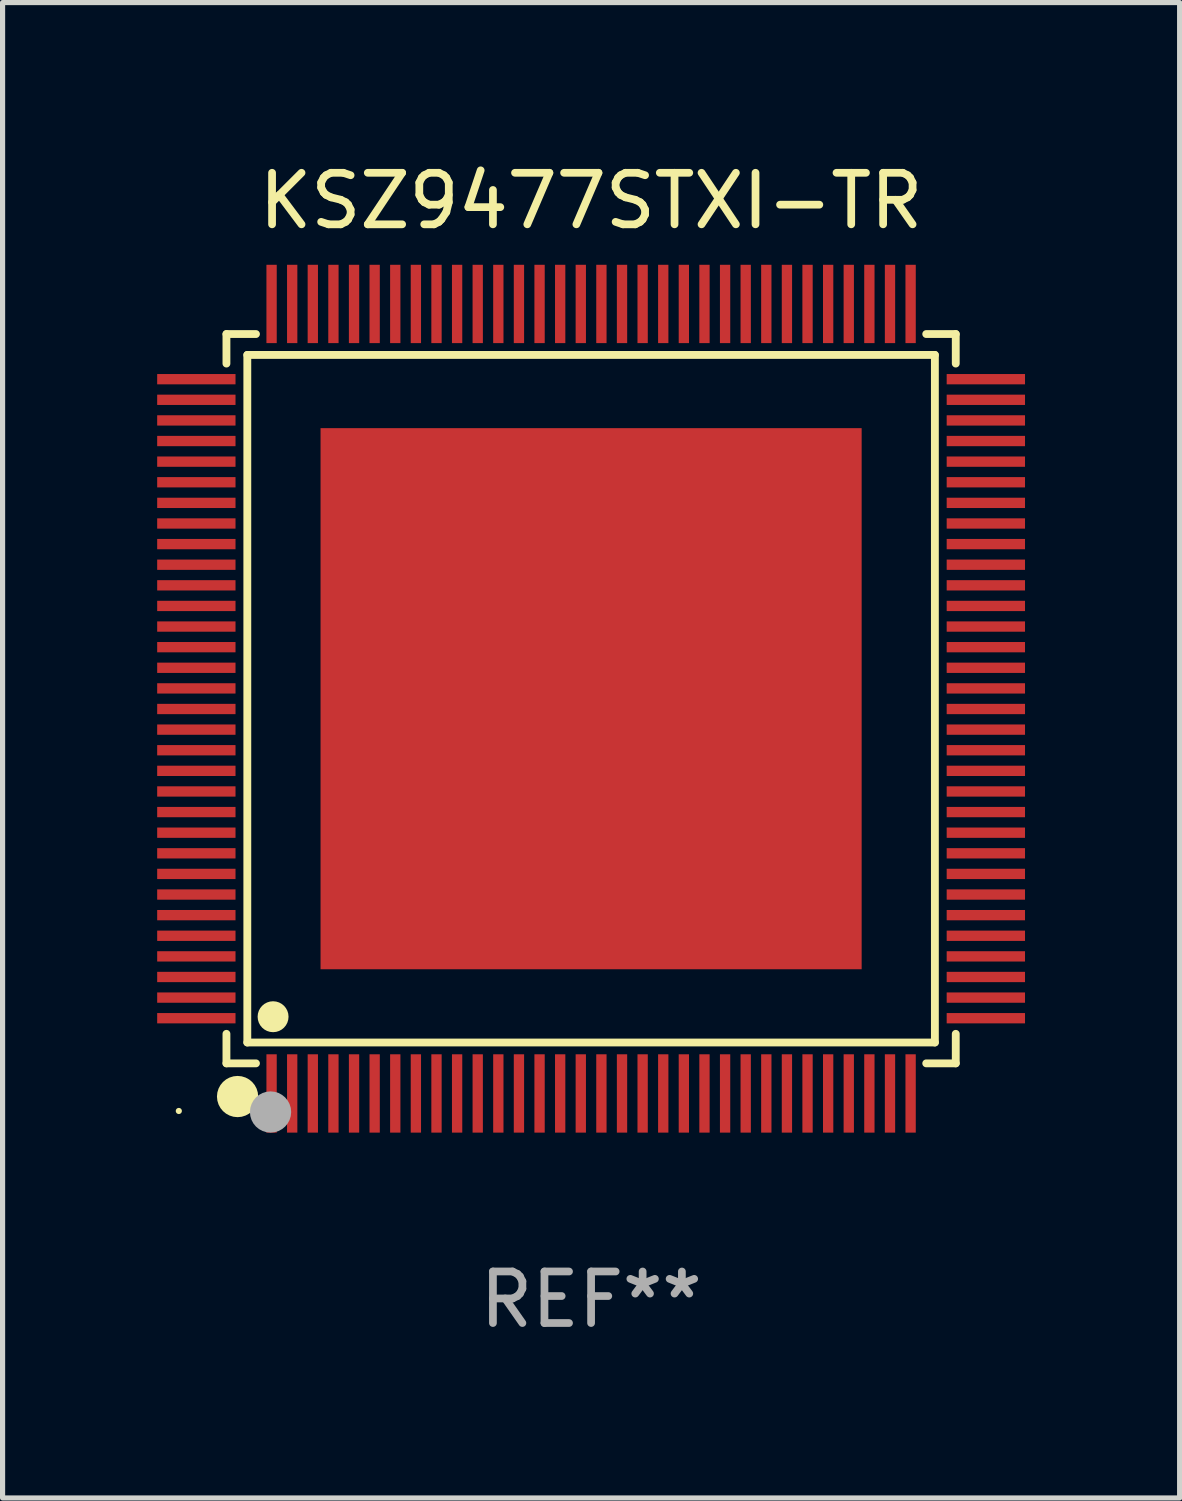
<source format=kicad_pcb>
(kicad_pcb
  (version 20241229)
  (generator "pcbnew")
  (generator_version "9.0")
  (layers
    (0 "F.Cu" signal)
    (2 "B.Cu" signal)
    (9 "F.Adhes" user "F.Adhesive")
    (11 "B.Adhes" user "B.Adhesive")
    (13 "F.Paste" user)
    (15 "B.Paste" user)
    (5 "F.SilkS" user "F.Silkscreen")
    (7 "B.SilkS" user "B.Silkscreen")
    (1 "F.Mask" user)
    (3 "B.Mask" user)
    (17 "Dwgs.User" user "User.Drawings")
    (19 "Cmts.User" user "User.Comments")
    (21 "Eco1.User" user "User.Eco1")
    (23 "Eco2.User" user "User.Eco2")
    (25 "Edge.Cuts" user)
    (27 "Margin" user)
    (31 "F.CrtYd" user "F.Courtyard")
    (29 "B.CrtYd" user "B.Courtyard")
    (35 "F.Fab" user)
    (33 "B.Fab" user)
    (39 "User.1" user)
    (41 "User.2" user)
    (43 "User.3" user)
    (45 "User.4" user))
  (footprint "KSZ9477STXI-TR"
    (layer "F.Cu")
    (at 8.42 10.508)
    (property "Reference" "KSZ9477STXI-TR" (at 0 -9.66 0) (layer "F.SilkS") (effects (font (size 1 1) (thickness 0.15))))
    (attr through_hole)
    (fp_line (start -7.076 -7.076) (end -6.503 -7.076) (stroke (width 0.152) (type solid)) (layer "F.SilkS"))
    (fp_line (start -7.076 -6.503) (end -7.076 -7.076) (stroke (width 0.152) (type solid)) (layer "F.SilkS"))
    (fp_line (start -7.076 6.503) (end -7.076 7.076) (stroke (width 0.152) (type solid)) (layer "F.SilkS"))
    (fp_line (start -7.076 7.076) (end -6.503 7.076) (stroke (width 0.152) (type solid)) (layer "F.SilkS"))
    (fp_line (start -6.671 -6.671) (end 6.671 -6.671) (stroke (width 0.152) (type solid)) (layer "F.SilkS"))
    (fp_line (start -6.671 6.671) (end -6.671 -6.671) (stroke (width 0.152) (type solid)) (layer "F.SilkS"))
    (fp_line (start 6.671 -6.671) (end 6.671 6.671) (stroke (width 0.152) (type solid)) (layer "F.SilkS"))
    (fp_line (start 6.671 6.671) (end -6.671 6.671) (stroke (width 0.152) (type solid)) (layer "F.SilkS"))
    (fp_line (start 7.076 -7.076) (end 6.503 -7.076) (stroke (width 0.152) (type solid)) (layer "F.SilkS"))
    (fp_line (start 7.076 -6.503) (end 7.076 -7.076) (stroke (width 0.152) (type solid)) (layer "F.SilkS"))
    (fp_line (start 7.076 6.503) (end 7.076 7.076) (stroke (width 0.152) (type solid)) (layer "F.SilkS"))
    (fp_line (start 7.076 7.076) (end 6.503 7.076) (stroke (width 0.152) (type solid)) (layer "F.SilkS"))
    (fp_circle (center -8 8) (end -7.97 8) (stroke (width 0.06) (type solid)) (fill no) (layer "F.SilkS"))
    (fp_circle (center -6.86 7.72) (end -6.66 7.72) (stroke (width 0.4) (type solid)) (fill no) (layer "F.SilkS"))
    (fp_circle (center -6.171 6.171) (end -6.021 6.171) (stroke (width 0.3) (type solid)) (fill no) (layer "F.SilkS"))
    (fp_circle (center -6.22 8.02) (end -6.02 8.02) (stroke (width 0.4) (type solid)) (fill no) (layer "F.Fab"))
    (fp_text user "REF**" (at 0 11.66 0) (layer "F.Fab") (effects (font (size 1 1) (thickness 0.15))))
    (pad "1" smd rect (at -6.2 7.66) (size 0.2 1.52) (layers "F.Cu" "F.Mask" "F.Paste"))
    (pad "2" smd rect (at -5.8 7.66) (size 0.2 1.52) (layers "F.Cu" "F.Mask" "F.Paste"))
    (pad "3" smd rect (at -5.4 7.66) (size 0.2 1.52) (layers "F.Cu" "F.Mask" "F.Paste"))
    (pad "4" smd rect (at -5 7.66) (size 0.2 1.52) (layers "F.Cu" "F.Mask" "F.Paste"))
    (pad "5" smd rect (at -4.6 7.66) (size 0.2 1.52) (layers "F.Cu" "F.Mask" "F.Paste"))
    (pad "6" smd rect (at -4.2 7.66) (size 0.2 1.52) (layers "F.Cu" "F.Mask" "F.Paste"))
    (pad "7" smd rect (at -3.8 7.66) (size 0.2 1.52) (layers "F.Cu" "F.Mask" "F.Paste"))
    (pad "8" smd rect (at -3.4 7.66) (size 0.2 1.52) (layers "F.Cu" "F.Mask" "F.Paste"))
    (pad "9" smd rect (at -3 7.66) (size 0.2 1.52) (layers "F.Cu" "F.Mask" "F.Paste"))
    (pad "10" smd rect (at -2.6 7.66) (size 0.2 1.52) (layers "F.Cu" "F.Mask" "F.Paste"))
    (pad "11" smd rect (at -2.2 7.66) (size 0.2 1.52) (layers "F.Cu" "F.Mask" "F.Paste"))
    (pad "12" smd rect (at -1.8 7.66) (size 0.2 1.52) (layers "F.Cu" "F.Mask" "F.Paste"))
    (pad "13" smd rect (at -1.4 7.66) (size 0.2 1.52) (layers "F.Cu" "F.Mask" "F.Paste"))
    (pad "14" smd rect (at -1 7.66) (size 0.2 1.52) (layers "F.Cu" "F.Mask" "F.Paste"))
    (pad "15" smd rect (at -0.6 7.66) (size 0.2 1.52) (layers "F.Cu" "F.Mask" "F.Paste"))
    (pad "16" smd rect (at -0.2 7.66) (size 0.2 1.52) (layers "F.Cu" "F.Mask" "F.Paste"))
    (pad "17" smd rect (at 0.2 7.66) (size 0.2 1.52) (layers "F.Cu" "F.Mask" "F.Paste"))
    (pad "18" smd rect (at 0.6 7.66) (size 0.2 1.52) (layers "F.Cu" "F.Mask" "F.Paste"))
    (pad "19" smd rect (at 1 7.66) (size 0.2 1.52) (layers "F.Cu" "F.Mask" "F.Paste"))
    (pad "20" smd rect (at 1.4 7.66) (size 0.2 1.52) (layers "F.Cu" "F.Mask" "F.Paste"))
    (pad "21" smd rect (at 1.8 7.66) (size 0.2 1.52) (layers "F.Cu" "F.Mask" "F.Paste"))
    (pad "22" smd rect (at 2.2 7.66) (size 0.2 1.52) (layers "F.Cu" "F.Mask" "F.Paste"))
    (pad "23" smd rect (at 2.6 7.66) (size 0.2 1.52) (layers "F.Cu" "F.Mask" "F.Paste"))
    (pad "24" smd rect (at 3 7.66) (size 0.2 1.52) (layers "F.Cu" "F.Mask" "F.Paste"))
    (pad "25" smd rect (at 3.4 7.66) (size 0.2 1.52) (layers "F.Cu" "F.Mask" "F.Paste"))
    (pad "26" smd rect (at 3.8 7.66) (size 0.2 1.52) (layers "F.Cu" "F.Mask" "F.Paste"))
    (pad "27" smd rect (at 4.2 7.66) (size 0.2 1.52) (layers "F.Cu" "F.Mask" "F.Paste"))
    (pad "28" smd rect (at 4.6 7.66) (size 0.2 1.52) (layers "F.Cu" "F.Mask" "F.Paste"))
    (pad "29" smd rect (at 5 7.66) (size 0.2 1.52) (layers "F.Cu" "F.Mask" "F.Paste"))
    (pad "30" smd rect (at 5.4 7.66) (size 0.2 1.52) (layers "F.Cu" "F.Mask" "F.Paste"))
    (pad "31" smd rect (at 5.8 7.66) (size 0.2 1.52) (layers "F.Cu" "F.Mask" "F.Paste"))
    (pad "32" smd rect (at 6.2 7.66) (size 0.2 1.52) (layers "F.Cu" "F.Mask" "F.Paste"))
    (pad "33" smd rect (at 7.66 6.2) (size 1.52 0.2) (layers "F.Cu" "F.Mask" "F.Paste"))
    (pad "34" smd rect (at 7.66 5.8) (size 1.52 0.2) (layers "F.Cu" "F.Mask" "F.Paste"))
    (pad "35" smd rect (at 7.66 5.4) (size 1.52 0.2) (layers "F.Cu" "F.Mask" "F.Paste"))
    (pad "36" smd rect (at 7.66 5) (size 1.52 0.2) (layers "F.Cu" "F.Mask" "F.Paste"))
    (pad "37" smd rect (at 7.66 4.6) (size 1.52 0.2) (layers "F.Cu" "F.Mask" "F.Paste"))
    (pad "38" smd rect (at 7.66 4.2) (size 1.52 0.2) (layers "F.Cu" "F.Mask" "F.Paste"))
    (pad "39" smd rect (at 7.66 3.8) (size 1.52 0.2) (layers "F.Cu" "F.Mask" "F.Paste"))
    (pad "40" smd rect (at 7.66 3.4) (size 1.52 0.2) (layers "F.Cu" "F.Mask" "F.Paste"))
    (pad "41" smd rect (at 7.66 3) (size 1.52 0.2) (layers "F.Cu" "F.Mask" "F.Paste"))
    (pad "42" smd rect (at 7.66 2.6) (size 1.52 0.2) (layers "F.Cu" "F.Mask" "F.Paste"))
    (pad "43" smd rect (at 7.66 2.2) (size 1.52 0.2) (layers "F.Cu" "F.Mask" "F.Paste"))
    (pad "44" smd rect (at 7.66 1.8) (size 1.52 0.2) (layers "F.Cu" "F.Mask" "F.Paste"))
    (pad "45" smd rect (at 7.66 1.4) (size 1.52 0.2) (layers "F.Cu" "F.Mask" "F.Paste"))
    (pad "46" smd rect (at 7.66 1) (size 1.52 0.2) (layers "F.Cu" "F.Mask" "F.Paste"))
    (pad "47" smd rect (at 7.66 0.6) (size 1.52 0.2) (layers "F.Cu" "F.Mask" "F.Paste"))
    (pad "48" smd rect (at 7.66 0.2) (size 1.52 0.2) (layers "F.Cu" "F.Mask" "F.Paste"))
    (pad "49" smd rect (at 7.66 -0.2) (size 1.52 0.2) (layers "F.Cu" "F.Mask" "F.Paste"))
    (pad "50" smd rect (at 7.66 -0.6) (size 1.52 0.2) (layers "F.Cu" "F.Mask" "F.Paste"))
    (pad "51" smd rect (at 7.66 -1) (size 1.52 0.2) (layers "F.Cu" "F.Mask" "F.Paste"))
    (pad "52" smd rect (at 7.66 -1.4) (size 1.52 0.2) (layers "F.Cu" "F.Mask" "F.Paste"))
    (pad "53" smd rect (at 7.66 -1.8) (size 1.52 0.2) (layers "F.Cu" "F.Mask" "F.Paste"))
    (pad "54" smd rect (at 7.66 -2.2) (size 1.52 0.2) (layers "F.Cu" "F.Mask" "F.Paste"))
    (pad "55" smd rect (at 7.66 -2.6) (size 1.52 0.2) (layers "F.Cu" "F.Mask" "F.Paste"))
    (pad "56" smd rect (at 7.66 -3) (size 1.52 0.2) (layers "F.Cu" "F.Mask" "F.Paste"))
    (pad "57" smd rect (at 7.66 -3.4) (size 1.52 0.2) (layers "F.Cu" "F.Mask" "F.Paste"))
    (pad "58" smd rect (at 7.66 -3.8) (size 1.52 0.2) (layers "F.Cu" "F.Mask" "F.Paste"))
    (pad "59" smd rect (at 7.66 -4.2) (size 1.52 0.2) (layers "F.Cu" "F.Mask" "F.Paste"))
    (pad "60" smd rect (at 7.66 -4.6) (size 1.52 0.2) (layers "F.Cu" "F.Mask" "F.Paste"))
    (pad "61" smd rect (at 7.66 -5) (size 1.52 0.2) (layers "F.Cu" "F.Mask" "F.Paste"))
    (pad "62" smd rect (at 7.66 -5.4) (size 1.52 0.2) (layers "F.Cu" "F.Mask" "F.Paste"))
    (pad "63" smd rect (at 7.66 -5.8) (size 1.52 0.2) (layers "F.Cu" "F.Mask" "F.Paste"))
    (pad "64" smd rect (at 7.66 -6.2) (size 1.52 0.2) (layers "F.Cu" "F.Mask" "F.Paste"))
    (pad "65" smd rect (at 6.2 -7.66) (size 0.2 1.52) (layers "F.Cu" "F.Mask" "F.Paste"))
    (pad "66" smd rect (at 5.8 -7.66) (size 0.2 1.52) (layers "F.Cu" "F.Mask" "F.Paste"))
    (pad "67" smd rect (at 5.4 -7.66) (size 0.2 1.52) (layers "F.Cu" "F.Mask" "F.Paste"))
    (pad "68" smd rect (at 5 -7.66) (size 0.2 1.52) (layers "F.Cu" "F.Mask" "F.Paste"))
    (pad "69" smd rect (at 4.6 -7.66) (size 0.2 1.52) (layers "F.Cu" "F.Mask" "F.Paste"))
    (pad "70" smd rect (at 4.2 -7.66) (size 0.2 1.52) (layers "F.Cu" "F.Mask" "F.Paste"))
    (pad "71" smd rect (at 3.8 -7.66) (size 0.2 1.52) (layers "F.Cu" "F.Mask" "F.Paste"))
    (pad "72" smd rect (at 3.4 -7.66) (size 0.2 1.52) (layers "F.Cu" "F.Mask" "F.Paste"))
    (pad "73" smd rect (at 3 -7.66) (size 0.2 1.52) (layers "F.Cu" "F.Mask" "F.Paste"))
    (pad "74" smd rect (at 2.6 -7.66) (size 0.2 1.52) (layers "F.Cu" "F.Mask" "F.Paste"))
    (pad "75" smd rect (at 2.2 -7.66) (size 0.2 1.52) (layers "F.Cu" "F.Mask" "F.Paste"))
    (pad "76" smd rect (at 1.8 -7.66) (size 0.2 1.52) (layers "F.Cu" "F.Mask" "F.Paste"))
    (pad "77" smd rect (at 1.4 -7.66) (size 0.2 1.52) (layers "F.Cu" "F.Mask" "F.Paste"))
    (pad "78" smd rect (at 1 -7.66) (size 0.2 1.52) (layers "F.Cu" "F.Mask" "F.Paste"))
    (pad "79" smd rect (at 0.6 -7.66) (size 0.2 1.52) (layers "F.Cu" "F.Mask" "F.Paste"))
    (pad "80" smd rect (at 0.2 -7.66) (size 0.2 1.52) (layers "F.Cu" "F.Mask" "F.Paste"))
    (pad "81" smd rect (at -0.2 -7.66) (size 0.2 1.52) (layers "F.Cu" "F.Mask" "F.Paste"))
    (pad "82" smd rect (at -0.6 -7.66) (size 0.2 1.52) (layers "F.Cu" "F.Mask" "F.Paste"))
    (pad "83" smd rect (at -1 -7.66) (size 0.2 1.52) (layers "F.Cu" "F.Mask" "F.Paste"))
    (pad "84" smd rect (at -1.4 -7.66) (size 0.2 1.52) (layers "F.Cu" "F.Mask" "F.Paste"))
    (pad "85" smd rect (at -1.8 -7.66) (size 0.2 1.52) (layers "F.Cu" "F.Mask" "F.Paste"))
    (pad "86" smd rect (at -2.2 -7.66) (size 0.2 1.52) (layers "F.Cu" "F.Mask" "F.Paste"))
    (pad "87" smd rect (at -2.6 -7.66) (size 0.2 1.52) (layers "F.Cu" "F.Mask" "F.Paste"))
    (pad "88" smd rect (at -3 -7.66) (size 0.2 1.52) (layers "F.Cu" "F.Mask" "F.Paste"))
    (pad "89" smd rect (at -3.4 -7.66) (size 0.2 1.52) (layers "F.Cu" "F.Mask" "F.Paste"))
    (pad "90" smd rect (at -3.8 -7.66) (size 0.2 1.52) (layers "F.Cu" "F.Mask" "F.Paste"))
    (pad "91" smd rect (at -4.2 -7.66) (size 0.2 1.52) (layers "F.Cu" "F.Mask" "F.Paste"))
    (pad "92" smd rect (at -4.6 -7.66) (size 0.2 1.52) (layers "F.Cu" "F.Mask" "F.Paste"))
    (pad "93" smd rect (at -5 -7.66) (size 0.2 1.52) (layers "F.Cu" "F.Mask" "F.Paste"))
    (pad "94" smd rect (at -5.4 -7.66) (size 0.2 1.52) (layers "F.Cu" "F.Mask" "F.Paste"))
    (pad "95" smd rect (at -5.8 -7.66) (size 0.2 1.52) (layers "F.Cu" "F.Mask" "F.Paste"))
    (pad "96" smd rect (at -6.2 -7.66) (size 0.2 1.52) (layers "F.Cu" "F.Mask" "F.Paste"))
    (pad "97" smd rect (at -7.66 -6.2) (size 1.52 0.2) (layers "F.Cu" "F.Mask" "F.Paste"))
    (pad "98" smd rect (at -7.66 -5.8) (size 1.52 0.2) (layers "F.Cu" "F.Mask" "F.Paste"))
    (pad "99" smd rect (at -7.66 -5.4) (size 1.52 0.2) (layers "F.Cu" "F.Mask" "F.Paste"))
    (pad "100" smd rect (at -7.66 -5) (size 1.52 0.2) (layers "F.Cu" "F.Mask" "F.Paste"))
    (pad "101" smd rect (at -7.66 -4.6) (size 1.52 0.2) (layers "F.Cu" "F.Mask" "F.Paste"))
    (pad "102" smd rect (at -7.66 -4.2) (size 1.52 0.2) (layers "F.Cu" "F.Mask" "F.Paste"))
    (pad "103" smd rect (at -7.66 -3.8) (size 1.52 0.2) (layers "F.Cu" "F.Mask" "F.Paste"))
    (pad "104" smd rect (at -7.66 -3.4) (size 1.52 0.2) (layers "F.Cu" "F.Mask" "F.Paste"))
    (pad "105" smd rect (at -7.66 -3) (size 1.52 0.2) (layers "F.Cu" "F.Mask" "F.Paste"))
    (pad "106" smd rect (at -7.66 -2.6) (size 1.52 0.2) (layers "F.Cu" "F.Mask" "F.Paste"))
    (pad "107" smd rect (at -7.66 -2.2) (size 1.52 0.2) (layers "F.Cu" "F.Mask" "F.Paste"))
    (pad "108" smd rect (at -7.66 -1.8) (size 1.52 0.2) (layers "F.Cu" "F.Mask" "F.Paste"))
    (pad "109" smd rect (at -7.66 -1.4) (size 1.52 0.2) (layers "F.Cu" "F.Mask" "F.Paste"))
    (pad "110" smd rect (at -7.66 -1) (size 1.52 0.2) (layers "F.Cu" "F.Mask" "F.Paste"))
    (pad "111" smd rect (at -7.66 -0.6) (size 1.52 0.2) (layers "F.Cu" "F.Mask" "F.Paste"))
    (pad "112" smd rect (at -7.66 -0.2) (size 1.52 0.2) (layers "F.Cu" "F.Mask" "F.Paste"))
    (pad "113" smd rect (at -7.66 0.2) (size 1.52 0.2) (layers "F.Cu" "F.Mask" "F.Paste"))
    (pad "114" smd rect (at -7.66 0.6) (size 1.52 0.2) (layers "F.Cu" "F.Mask" "F.Paste"))
    (pad "115" smd rect (at -7.66 1) (size 1.52 0.2) (layers "F.Cu" "F.Mask" "F.Paste"))
    (pad "116" smd rect (at -7.66 1.4) (size 1.52 0.2) (layers "F.Cu" "F.Mask" "F.Paste"))
    (pad "117" smd rect (at -7.66 1.8) (size 1.52 0.2) (layers "F.Cu" "F.Mask" "F.Paste"))
    (pad "118" smd rect (at -7.66 2.2) (size 1.52 0.2) (layers "F.Cu" "F.Mask" "F.Paste"))
    (pad "119" smd rect (at -7.66 2.6) (size 1.52 0.2) (layers "F.Cu" "F.Mask" "F.Paste"))
    (pad "120" smd rect (at -7.66 3) (size 1.52 0.2) (layers "F.Cu" "F.Mask" "F.Paste"))
    (pad "121" smd rect (at -7.66 3.4) (size 1.52 0.2) (layers "F.Cu" "F.Mask" "F.Paste"))
    (pad "122" smd rect (at -7.66 3.8) (size 1.52 0.2) (layers "F.Cu" "F.Mask" "F.Paste"))
    (pad "123" smd rect (at -7.66 4.2) (size 1.52 0.2) (layers "F.Cu" "F.Mask" "F.Paste"))
    (pad "124" smd rect (at -7.66 4.6) (size 1.52 0.2) (layers "F.Cu" "F.Mask" "F.Paste"))
    (pad "125" smd rect (at -7.66 5) (size 1.52 0.2) (layers "F.Cu" "F.Mask" "F.Paste"))
    (pad "126" smd rect (at -7.66 5.4) (size 1.52 0.2) (layers "F.Cu" "F.Mask" "F.Paste"))
    (pad "127" smd rect (at -7.66 5.8) (size 1.52 0.2) (layers "F.Cu" "F.Mask" "F.Paste"))
    (pad "128" smd rect (at -7.66 6.2) (size 1.52 0.2) (layers "F.Cu" "F.Mask" "F.Paste"))
    (pad "129" smd rect (at 0 0) (size 10.5 10.5) (layers "F.Cu" "F.Mask" "F.Paste")))
  (gr_rect
    (start -3 -3)
    (end 19.84 26.017)
    (stroke (width 0.1) (type default))
    (fill no)
    (layer "Edge.Cuts")))
</source>
